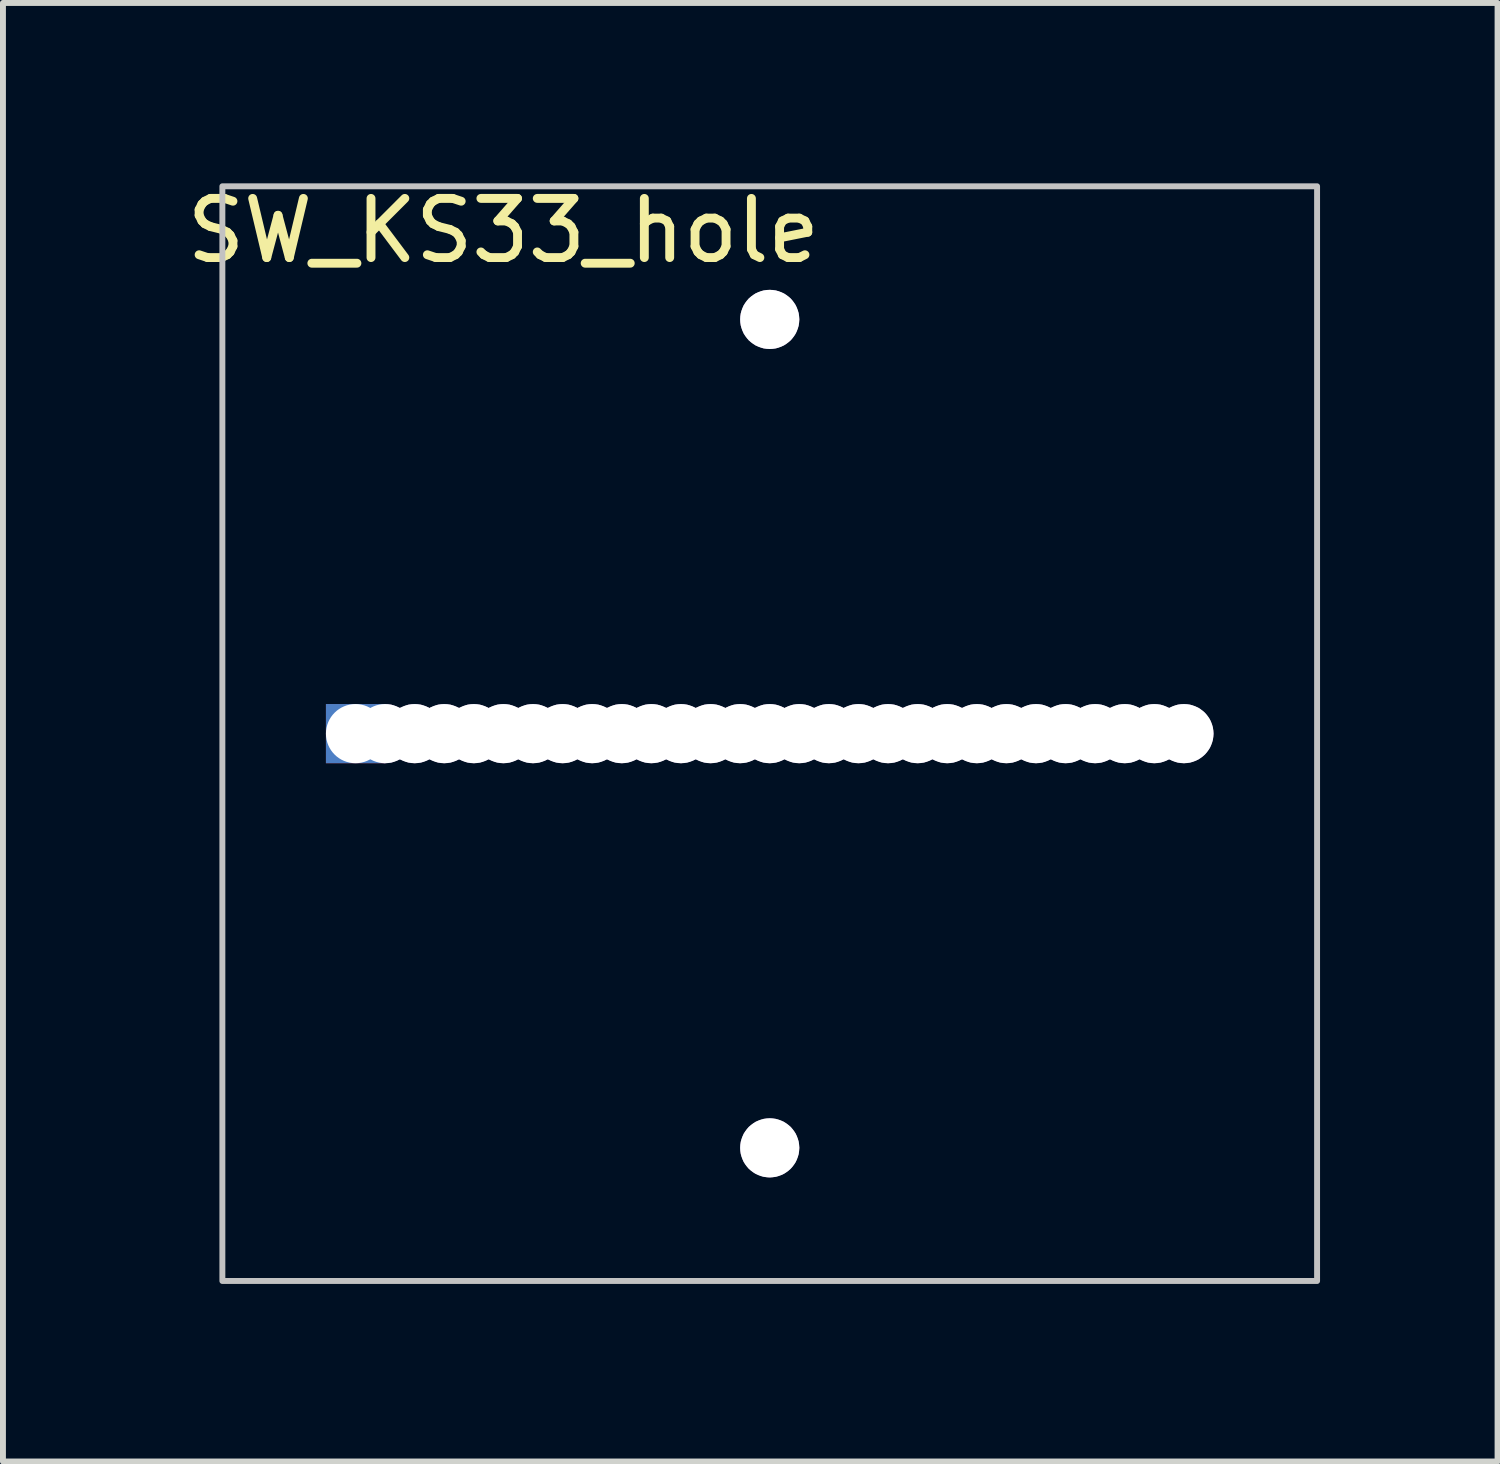
<source format=kicad_pcb>
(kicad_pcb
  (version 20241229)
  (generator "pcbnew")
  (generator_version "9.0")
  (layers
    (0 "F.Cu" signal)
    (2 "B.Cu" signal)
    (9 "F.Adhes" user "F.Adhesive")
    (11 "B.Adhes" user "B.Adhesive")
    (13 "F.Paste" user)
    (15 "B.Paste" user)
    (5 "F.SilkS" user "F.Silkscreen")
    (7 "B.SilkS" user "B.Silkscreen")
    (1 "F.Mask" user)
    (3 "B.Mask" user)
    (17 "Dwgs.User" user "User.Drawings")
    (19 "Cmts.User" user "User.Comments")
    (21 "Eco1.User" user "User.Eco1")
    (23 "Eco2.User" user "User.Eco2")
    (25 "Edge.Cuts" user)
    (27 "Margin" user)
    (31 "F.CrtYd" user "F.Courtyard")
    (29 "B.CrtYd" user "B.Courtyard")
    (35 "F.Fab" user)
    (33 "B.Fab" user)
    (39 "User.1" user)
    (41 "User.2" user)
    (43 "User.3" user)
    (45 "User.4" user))
  (footprint "SW_KS33_hole"
    (layer "F.Cu")
    (at 9.958 9.348)
    (property "Reference" "SW_KS33_hole" (at -4.5 -8.5 180) (layer "F.SilkS") (effects (font (size 1 1) (thickness 0.15))))
    (attr smd)
    (fp_rect (start -9.25 -9.25) (end 9.25 9.25) (stroke (width 0.1) (type solid)) (fill no) (layer "Dwgs.User"))
    (pad "" np_thru_hole rect (at -7 0) (size 1 1) (drill oval 1 16) (layers "*.Cu"))
    (pad "" np_thru_hole roundrect (at -6.5 0) (size 1 1) (drill oval 1 14) (layers "*.Cu") (roundrect_rratio 0.5))
    (pad "" np_thru_hole roundrect (at -6 0) (size 1 1) (drill oval 1 14) (layers "*.Cu") (roundrect_rratio 0.5))
    (pad "" np_thru_hole roundrect (at -5.5 0) (size 1 1) (drill oval 1 14) (layers "*.Cu") (roundrect_rratio 0.5))
    (pad "" np_thru_hole roundrect (at -5 0) (size 1 1) (drill oval 1 14) (layers "*.Cu") (roundrect_rratio 0.5))
    (pad "" np_thru_hole roundrect (at -4.5 0) (size 1 1) (drill oval 1 14) (layers "*.Cu") (roundrect_rratio 0.5))
    (pad "" np_thru_hole roundrect (at -4 0) (size 1 1) (drill oval 1 14) (layers "*.Cu") (roundrect_rratio 0.5))
    (pad "" np_thru_hole roundrect (at -3.5 0) (size 1 1) (drill oval 1 14) (layers "*.Cu") (roundrect_rratio 0.5))
    (pad "" np_thru_hole roundrect (at -3 0) (size 1 1) (drill oval 1 14) (layers "*.Cu") (roundrect_rratio 0.5))
    (pad "" np_thru_hole roundrect (at -2.5 0) (size 1 1) (drill oval 1 14) (layers "*.Cu") (roundrect_rratio 0.5))
    (pad "" np_thru_hole roundrect (at -2 0) (size 1 1) (drill oval 1 14) (layers "*.Cu") (roundrect_rratio 0.5))
    (pad "" np_thru_hole roundrect (at -1.5 0) (size 1 1) (drill oval 1 14) (layers "*.Cu") (roundrect_rratio 0.5))
    (pad "" np_thru_hole roundrect (at -1 0) (size 1 1) (drill oval 1 14) (layers "*.Cu") (roundrect_rratio 0.5))
    (pad "" np_thru_hole roundrect (at -0.5 0) (size 1 1) (drill oval 1 14) (layers "*.Cu") (roundrect_rratio 0.5))
    (pad "" np_thru_hole roundrect (at 0 -7 90) (size 1 1) (drill oval 1 16) (layers "*.Cu") (roundrect_rratio 0.5))
    (pad "" np_thru_hole roundrect (at 0 0) (size 1 1) (drill oval 1 14) (layers "*.Cu") (roundrect_rratio 0.5))
    (pad "" np_thru_hole roundrect (at 0 7 90) (size 1 1) (drill oval 1 16) (layers "*.Cu") (roundrect_rratio 0.5))
    (pad "" np_thru_hole roundrect (at 0.5 0) (size 1 1) (drill oval 1 14) (layers "*.Cu") (roundrect_rratio 0.5))
    (pad "" np_thru_hole roundrect (at 1 0) (size 1 1) (drill oval 1 14) (layers "*.Cu") (roundrect_rratio 0.5))
    (pad "" np_thru_hole roundrect (at 1.5 0) (size 1 1) (drill oval 1 14) (layers "*.Cu") (roundrect_rratio 0.5))
    (pad "" np_thru_hole roundrect (at 2 0) (size 1 1) (drill oval 1 14) (layers "*.Cu") (roundrect_rratio 0.5))
    (pad "" np_thru_hole roundrect (at 2.5 0) (size 1 1) (drill oval 1 14) (layers "*.Cu") (roundrect_rratio 0.5))
    (pad "" np_thru_hole roundrect (at 3 0) (size 1 1) (drill oval 1 14) (layers "*.Cu") (roundrect_rratio 0.5))
    (pad "" np_thru_hole roundrect (at 3.5 0) (size 1 1) (drill oval 1 14) (layers "*.Cu") (roundrect_rratio 0.5))
    (pad "" np_thru_hole roundrect (at 4 0) (size 1 1) (drill oval 1 14) (layers "*.Cu") (roundrect_rratio 0.5))
    (pad "" np_thru_hole roundrect (at 4.5 0) (size 1 1) (drill oval 1 14) (layers "*.Cu") (roundrect_rratio 0.5))
    (pad "" np_thru_hole roundrect (at 5 0) (size 1 1) (drill oval 1 14) (layers "*.Cu") (roundrect_rratio 0.5))
    (pad "" np_thru_hole roundrect (at 5.5 0) (size 1 1) (drill oval 1 14) (layers "*.Cu") (roundrect_rratio 0.5))
    (pad "" np_thru_hole roundrect (at 6 0) (size 1 1) (drill oval 1 14) (layers "*.Cu") (roundrect_rratio 0.5))
    (pad "" np_thru_hole roundrect (at 6.5 0) (size 1 1) (drill oval 1 14) (layers "*.Cu") (roundrect_rratio 0.5))
    (pad "" np_thru_hole roundrect (at 7 0) (size 1 1) (drill oval 1 16) (layers "*.Cu") (roundrect_rratio 0.5)))
  (gr_rect
    (start -3 -3)
    (end 22.258 21.648)
    (stroke (width 0.1) (type default))
    (fill no)
    (layer "Edge.Cuts")))
</source>
